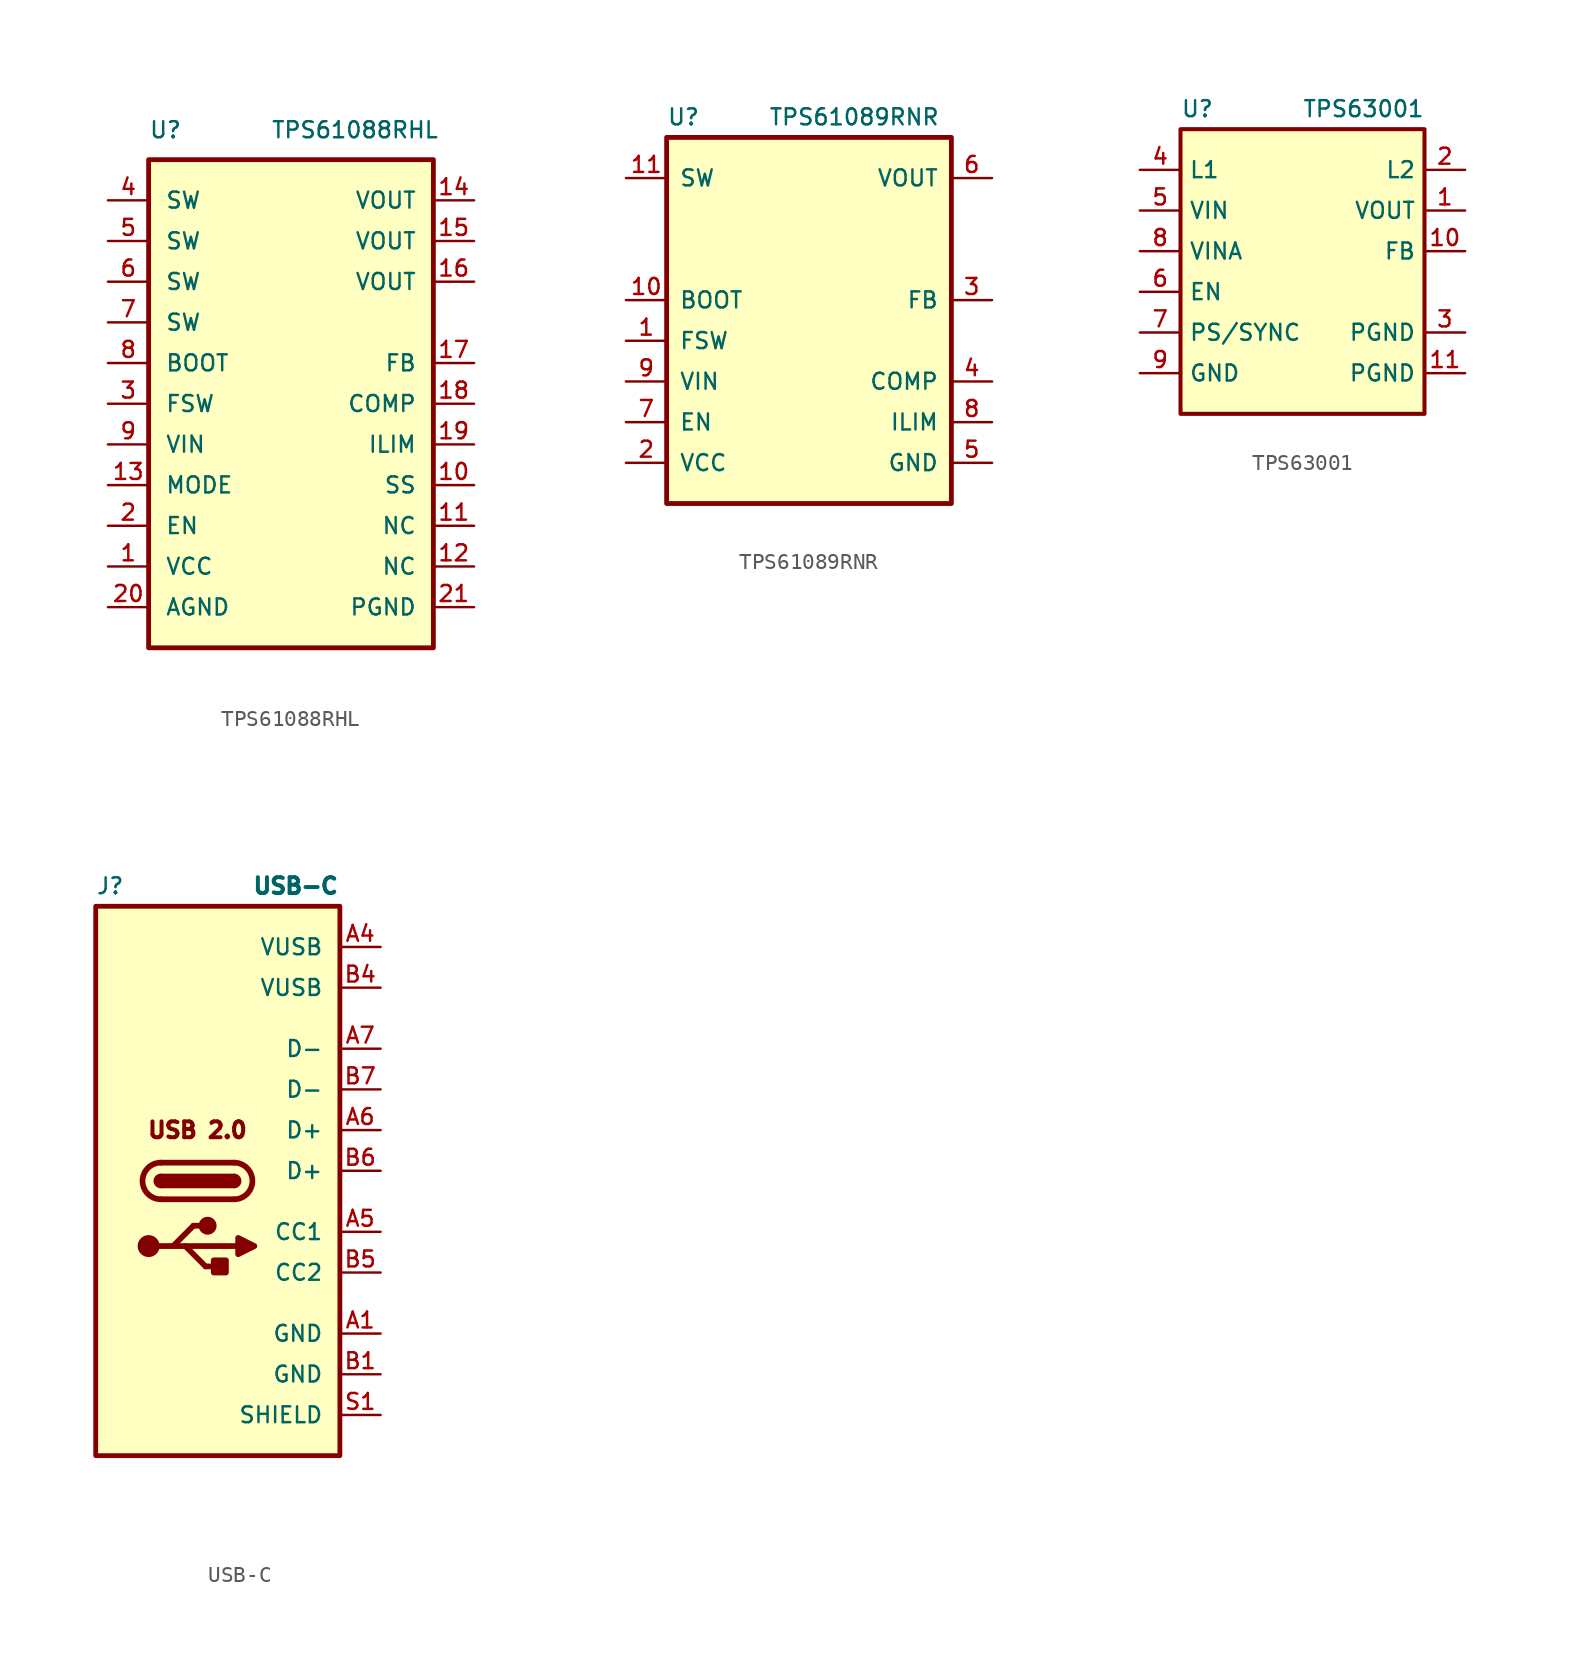
<source format=kicad_sym>
(kicad_symbol_lib
  (version 20201005)
  (generator kicad_symbol_editor)
  (symbol "HD_LibDB:TPS61088RHL"
    (pin_names
      (offset 1.016))
    (property "Reference" "U"
      (at -8.89 16.51 0)
      (effects (font (size 1 1)) (justify left bottom)))
    (property "Value" "TPS61088RHL"
      (at -1.27 16.51 0)
      (effects (font (size 1 1)) (justify left bottom)))
    (symbol "TPS61088RHL_0_0"
      (rectangle (start -8.89 15.24) (end 8.89 -15.24) (stroke (width 0.3)) (fill (type background)))
      (pin input line (at -11.43 -7.62 0) (length 2.54) (name "EN" (effects (font (size 1 1)))) (number "2" (effects (font (size 1 1)))))
      (pin input line (at 11.43 2.54 180) (length 2.54) (name "FB" (effects (font (size 1 1)))) (number "17" (effects (font (size 1 1)))))
      (pin input line (at -11.43 0 0) (length 2.54) (name "FSW" (effects (font (size 1 1)))) (number "3" (effects (font (size 1 1)))))
      (pin input line (at -11.43 -5.08 0) (length 2.54) (name "MODE" (effects (font (size 1 1)))) (number "13" (effects (font (size 1 1)))))
      (pin input line (at -11.43 10.16 0) (length 2.54) (name "SW" (effects (font (size 1 1)))) (number "5" (effects (font (size 1 1)))))
      (pin input line (at -11.43 7.62 0) (length 2.54) (name "SW" (effects (font (size 1 1)))) (number "6" (effects (font (size 1 1)))))
      (pin input line (at -11.43 5.08 0) (length 2.54) (name "SW" (effects (font (size 1 1)))) (number "7" (effects (font (size 1 1)))))
      (pin input line (at -11.43 12.7 0) (length 2.54) (name "SW" (effects (font (size 1 1)))) (number "4" (effects (font (size 1 1)))))
      (pin power_in line (at -11.43 -2.54 0) (length 2.54) (name "VIN" (effects (font (size 1 1)))) (number "9" (effects (font (size 1 1)))))
      (pin output line (at -11.43 2.54 0) (length 2.54) (name "BOOT" (effects (font (size 1 1)))) (number "8" (effects (font (size 1 1)))))
      (pin output line (at 11.43 0 180) (length 2.54) (name "COMP" (effects (font (size 1 1)))) (number "18" (effects (font (size 1 1)))))
      (pin output line (at 11.43 -2.54 180) (length 2.54) (name "ILIM" (effects (font (size 1 1)))) (number "19" (effects (font (size 1 1)))))
      (pin output line (at 11.43 -5.08 180) (length 2.54) (name "SS" (effects (font (size 1 1)))) (number "10" (effects (font (size 1 1)))))
      (pin power_in line (at -11.43 -10.16 0) (length 2.54) (name "VCC" (effects (font (size 1 1)))) (number "1" (effects (font (size 1 1)))))
      (pin power_out line (at 11.43 10.16 180) (length 2.54) (name "VOUT" (effects (font (size 1 1)))) (number "15" (effects (font (size 1 1)))))
      (pin power_out line (at 11.43 7.62 180) (length 2.54) (name "VOUT" (effects (font (size 1 1)))) (number "16" (effects (font (size 1 1)))))
      (pin power_out line (at 11.43 12.7 180) (length 2.54) (name "VOUT" (effects (font (size 1 1)))) (number "14" (effects (font (size 1 1)))))
      (pin power_in line (at -11.43 -12.7 0) (length 2.54) (name "AGND" (effects (font (size 1 1)))) (number "20" (effects (font (size 1 1)))))
      (pin power_in line (at 11.43 -12.7 180) (length 2.54) (name "PGND" (effects (font (size 1 1)))) (number "21" (effects (font (size 1 1)))))
      (pin passive line (at 11.43 -7.62 180) (length 2.54) (name "NC" (effects (font (size 1 1)))) (number "11" (effects (font (size 1 1)))))
      (pin passive line (at 11.43 -10.16 180) (length 2.54) (name "NC" (effects (font (size 1 1)))) (number "12" (effects (font (size 1 1)))))))
  (symbol "HD_LibDB:TPS61089RNR"
    (pin_names
      (offset 0.762))
    (property "Reference" "U"
      (at -8.89 10.16 0)
      (effects (font (size 1 1)) (justify left)))
    (property "Value" "TPS61089RNR"
      (at -2.54 10.16 0)
      (effects (font (size 1 1)) (justify left)))
    (symbol "TPS61089RNR_0_0"
      (pin passive line (at -11.43 -3.81 0) (length 2.54) (name "FSW" (effects (font (size 1 1)))) (number "1" (effects (font (size 1 1)))))
      (pin passive line (at -11.43 -11.43 0) (length 2.54) (name "VCC" (effects (font (size 1 1)))) (number "2" (effects (font (size 1 1)))))
      (pin passive line (at 11.43 -1.27 180) (length 2.54) (name "FB" (effects (font (size 1 1)))) (number "3" (effects (font (size 1 1)))))
      (pin passive line (at 11.43 -6.35 180) (length 2.54) (name "COMP" (effects (font (size 1 1)))) (number "4" (effects (font (size 1 1)))))
      (pin passive line (at 11.43 -11.43 180) (length 2.54) (name "GND" (effects (font (size 1 1)))) (number "5" (effects (font (size 1 1)))))
      (pin passive line (at 11.43 6.35 180) (length 2.54) (name "VOUT" (effects (font (size 1 1)))) (number "6" (effects (font (size 1 1)))))
      (pin passive line (at -11.43 -8.89 0) (length 2.54) (name "EN" (effects (font (size 1 1)))) (number "7" (effects (font (size 1 1)))))
      (pin passive line (at 11.43 -8.89 180) (length 2.54) (name "ILIM" (effects (font (size 1 1)))) (number "8" (effects (font (size 1 1)))))
      (pin passive line (at -11.43 -6.35 0) (length 2.54) (name "VIN" (effects (font (size 1 1)))) (number "9" (effects (font (size 1 1)))))
      (pin passive line (at -11.43 -1.27 0) (length 2.54) (name "BOOT" (effects (font (size 1 1)))) (number "10" (effects (font (size 1 1)))))
      (pin passive line (at -11.43 6.35 0) (length 2.54) (name "SW" (effects (font (size 1 1)))) (number "11" (effects (font (size 1 1))))))
    (symbol "TPS61089RNR_0_1"
      (polyline (pts (xy -8.89 8.89) (xy 8.89 8.89) (xy 8.89 -13.97) (xy -8.89 -13.97) (xy -8.89 8.89)) (stroke (width 0.3)) (fill (type background)))))
  (symbol "HD_LibDB:TPS63001"
    (property "Reference" "U"
      (at -7.62 11.43 0)
      (effects (font (size 1 1)) (justify left)))
    (property "Value" "TPS63001"
      (at 3.81 11.43 0)
      (effects (font (size 1 1))))
    (symbol "TPS63001_0_1"
      (rectangle (start -7.62 10.16) (end 7.62 -7.62) (stroke (width 0.254)) (fill (type background))))
    (symbol "TPS63001_1_1"
      (pin power_out line (at 10.16 5.08 180) (length 2.54) (name "VOUT" (effects (font (size 1 1)))) (number "1" (effects (font (size 1 1)))))
      (pin input line (at 10.16 2.54 180) (length 2.54) (name "FB" (effects (font (size 1 1)))) (number "10" (effects (font (size 1 1)))))
      (pin power_in line (at 10.16 -5.08 180) (length 2.54) (name "PGND" (effects (font (size 1 1)))) (number "11" (effects (font (size 1 1)))))
      (pin input line (at 10.16 7.62 180) (length 2.54) (name "L2" (effects (font (size 1 1)))) (number "2" (effects (font (size 1 1)))))
      (pin power_in line (at 10.16 -2.54 180) (length 2.54) (name "PGND" (effects (font (size 1 1)))) (number "3" (effects (font (size 1 1)))))
      (pin input line (at -10.16 7.62 0) (length 2.54) (name "L1" (effects (font (size 1 1)))) (number "4" (effects (font (size 1 1)))))
      (pin power_in line (at -10.16 5.08 0) (length 2.54) (name "VIN" (effects (font (size 1 1)))) (number "5" (effects (font (size 1 1)))))
      (pin input line (at -10.16 0 0) (length 2.54) (name "EN" (effects (font (size 1 1)))) (number "6" (effects (font (size 1 1)))))
      (pin input line (at -10.16 -2.54 0) (length 2.54) (name "PS/SYNC" (effects (font (size 1 1)))) (number "7" (effects (font (size 1 1)))))
      (pin power_in line (at -10.16 2.54 0) (length 2.54) (name "VINA" (effects (font (size 1 1)))) (number "8" (effects (font (size 1 1)))))
      (pin power_in line (at -10.16 -5.08 0) (length 2.54) (name "GND" (effects (font (size 1 1)))) (number "9" (effects (font (size 1 1)))))))
  (symbol "HD_LibDB:USB-C"
    (pin_names
      (offset 1.016))
    (property "Reference" "J"
      (at -7.62 17.78 0)
      (effects (font (size 0.991 0.991)) (justify left)))
    (property "Value" "USB-C"
      (at 7.62 17.78 0)
      (effects (font (size 0.991 0.991) (thickness 20785.034)) (justify right)))
    (symbol "USB-C_0_0"
      (text "USB 2.0" (at -1.27 2.54 0) (effects (font (size 0.991 0.991) (thickness 20147.697) bold))))
    (symbol "USB-C_0_1"
      (arc (start -3.556 -0.254) (end -3.556 -1.016) (radius (at -3.556 -0.635) (length 0.381) (angles 90.1 -90.1)) (stroke (width 0)) (fill (type outline)))
      (arc (start -3.556 0.508) (end -3.556 -1.778) (radius (at -3.556 -0.635) (length 1.143) (angles 90.1 -90.1)) (stroke (width 0.3556)) (fill (type none)))
      (arc (start 1.016 -1.016) (end 1.016 -0.254) (radius (at 1.016 -0.635) (length 0.381) (angles -89.9 89.9)) (stroke (width 0)) (fill (type outline)))
      (arc (start 1.016 -1.778) (end 1.016 0.508) (radius (at 1.016 -0.635) (length 1.143) (angles -89.9 89.9)) (stroke (width 0.3556)) (fill (type none)))
      (circle (center -4.318 -4.699) (radius 0.508) (stroke (width 0.356)) (fill (type outline)))
      (circle (center -0.635 -3.429) (radius 0.381) (stroke (width 0.356)) (fill (type outline)))
      (rectangle (start 0.508 -5.588) (end -0.254 -6.35) (stroke (width 0.356)) (fill (type outline)))
      (rectangle (start 1.016 -0.254) (end -3.556 -1.016) (stroke (width 0)) (fill (type outline)))
      (rectangle (start -7.62 16.51) (end 7.62 -17.78) (stroke (width 0.3)) (fill (type background)))
      (polyline (pts (xy -4.318 -4.699) (xy 1.27 -4.699)) (stroke (width 0.356)) (fill (type none)))
      (polyline (pts (xy -3.556 0.508) (xy 1.016 0.508)) (stroke (width 0.356)) (fill (type none)))
      (polyline (pts (xy -2.794 -4.699) (xy -1.524 -3.429)) (stroke (width 0.356)) (fill (type none)))
      (polyline (pts (xy -1.524 -3.429) (xy -0.762 -3.429)) (stroke (width 0.356)) (fill (type none)))
      (polyline (pts (xy -0.762 -5.969) (xy -2.032 -4.699)) (stroke (width 0.356)) (fill (type none)))
      (polyline (pts (xy -0.762 -5.969) (xy 0 -5.969)) (stroke (width 0.356)) (fill (type none)))
      (polyline (pts (xy 1.016 -1.778) (xy -3.556 -1.778)) (stroke (width 0.356)) (fill (type none)))
      (polyline (pts (xy 1.27 -4.699) (xy 1.27 -5.207) (xy 2.286 -4.699) (xy 1.27 -4.191) (xy 1.27 -4.699)) (stroke (width 0.356)) (fill (type outline))))
    (symbol "USB-C_1_1"
      (pin power_in line (at 10.16 -10.16 180) (length 2.54) (name "GND" (effects (font (size 0.991 0.991)))) (number "A1" (effects (font (size 0.991 0.991)))))
      (pin power_in line (at 10.16 13.97 180) (length 2.54) (name "VUSB" (effects (font (size 0.991 0.991)))) (number "A4" (effects (font (size 0.991 0.991)))))
      (pin bidirectional line (at 10.16 -3.81 180) (length 2.54) (name "CC1" (effects (font (size 0.991 0.991)))) (number "A5" (effects (font (size 0.991 0.991)))))
      (pin bidirectional line (at 10.16 2.54 180) (length 2.54) (name "D+" (effects (font (size 0.991 0.991)))) (number "A6" (effects (font (size 0.991 0.991)))))
      (pin bidirectional line (at 10.16 7.62 180) (length 2.54) (name "D-" (effects (font (size 0.991 0.991)))) (number "A7" (effects (font (size 0.991 0.991)))))
      (pin unconnected line (at -2.54 -20.32 90) (length 2.54) hide (name "SBU1" (effects (font (size 0.991 0.991)))) (number "A8" (effects (font (size 0.991 0.991)))))
      (pin power_in line (at 10.16 -12.7 180) (length 2.54) (name "GND" (effects (font (size 0.991 0.991)))) (number "B1" (effects (font (size 0.991 0.991)))))
      (pin power_in line (at 10.16 11.43 180) (length 2.54) (name "VUSB" (effects (font (size 0.991 0.991)))) (number "B4" (effects (font (size 0.991 0.991)))))
      (pin bidirectional line (at 10.16 -6.35 180) (length 2.54) (name "CC2" (effects (font (size 0.991 0.991)))) (number "B5" (effects (font (size 0.991 0.991)))))
      (pin bidirectional line (at 10.16 0 180) (length 2.54) (name "D+" (effects (font (size 0.991 0.991)))) (number "B6" (effects (font (size 0.991 0.991)))))
      (pin bidirectional line (at 10.16 5.08 180) (length 2.54) (name "D-" (effects (font (size 0.991 0.991)))) (number "B7" (effects (font (size 0.991 0.991)))))
      (pin unconnected line (at -5.08 -20.32 90) (length 2.54) hide (name "SBU2" (effects (font (size 0.991 0.991)))) (number "B8" (effects (font (size 0.991 0.991)))))
      (pin passive line (at 10.16 -15.24 180) (length 2.54) (name "SHIELD" (effects (font (size 0.991 0.991)))) (number "S1" (effects (font (size 0.991 0.991))))))))
</source>
